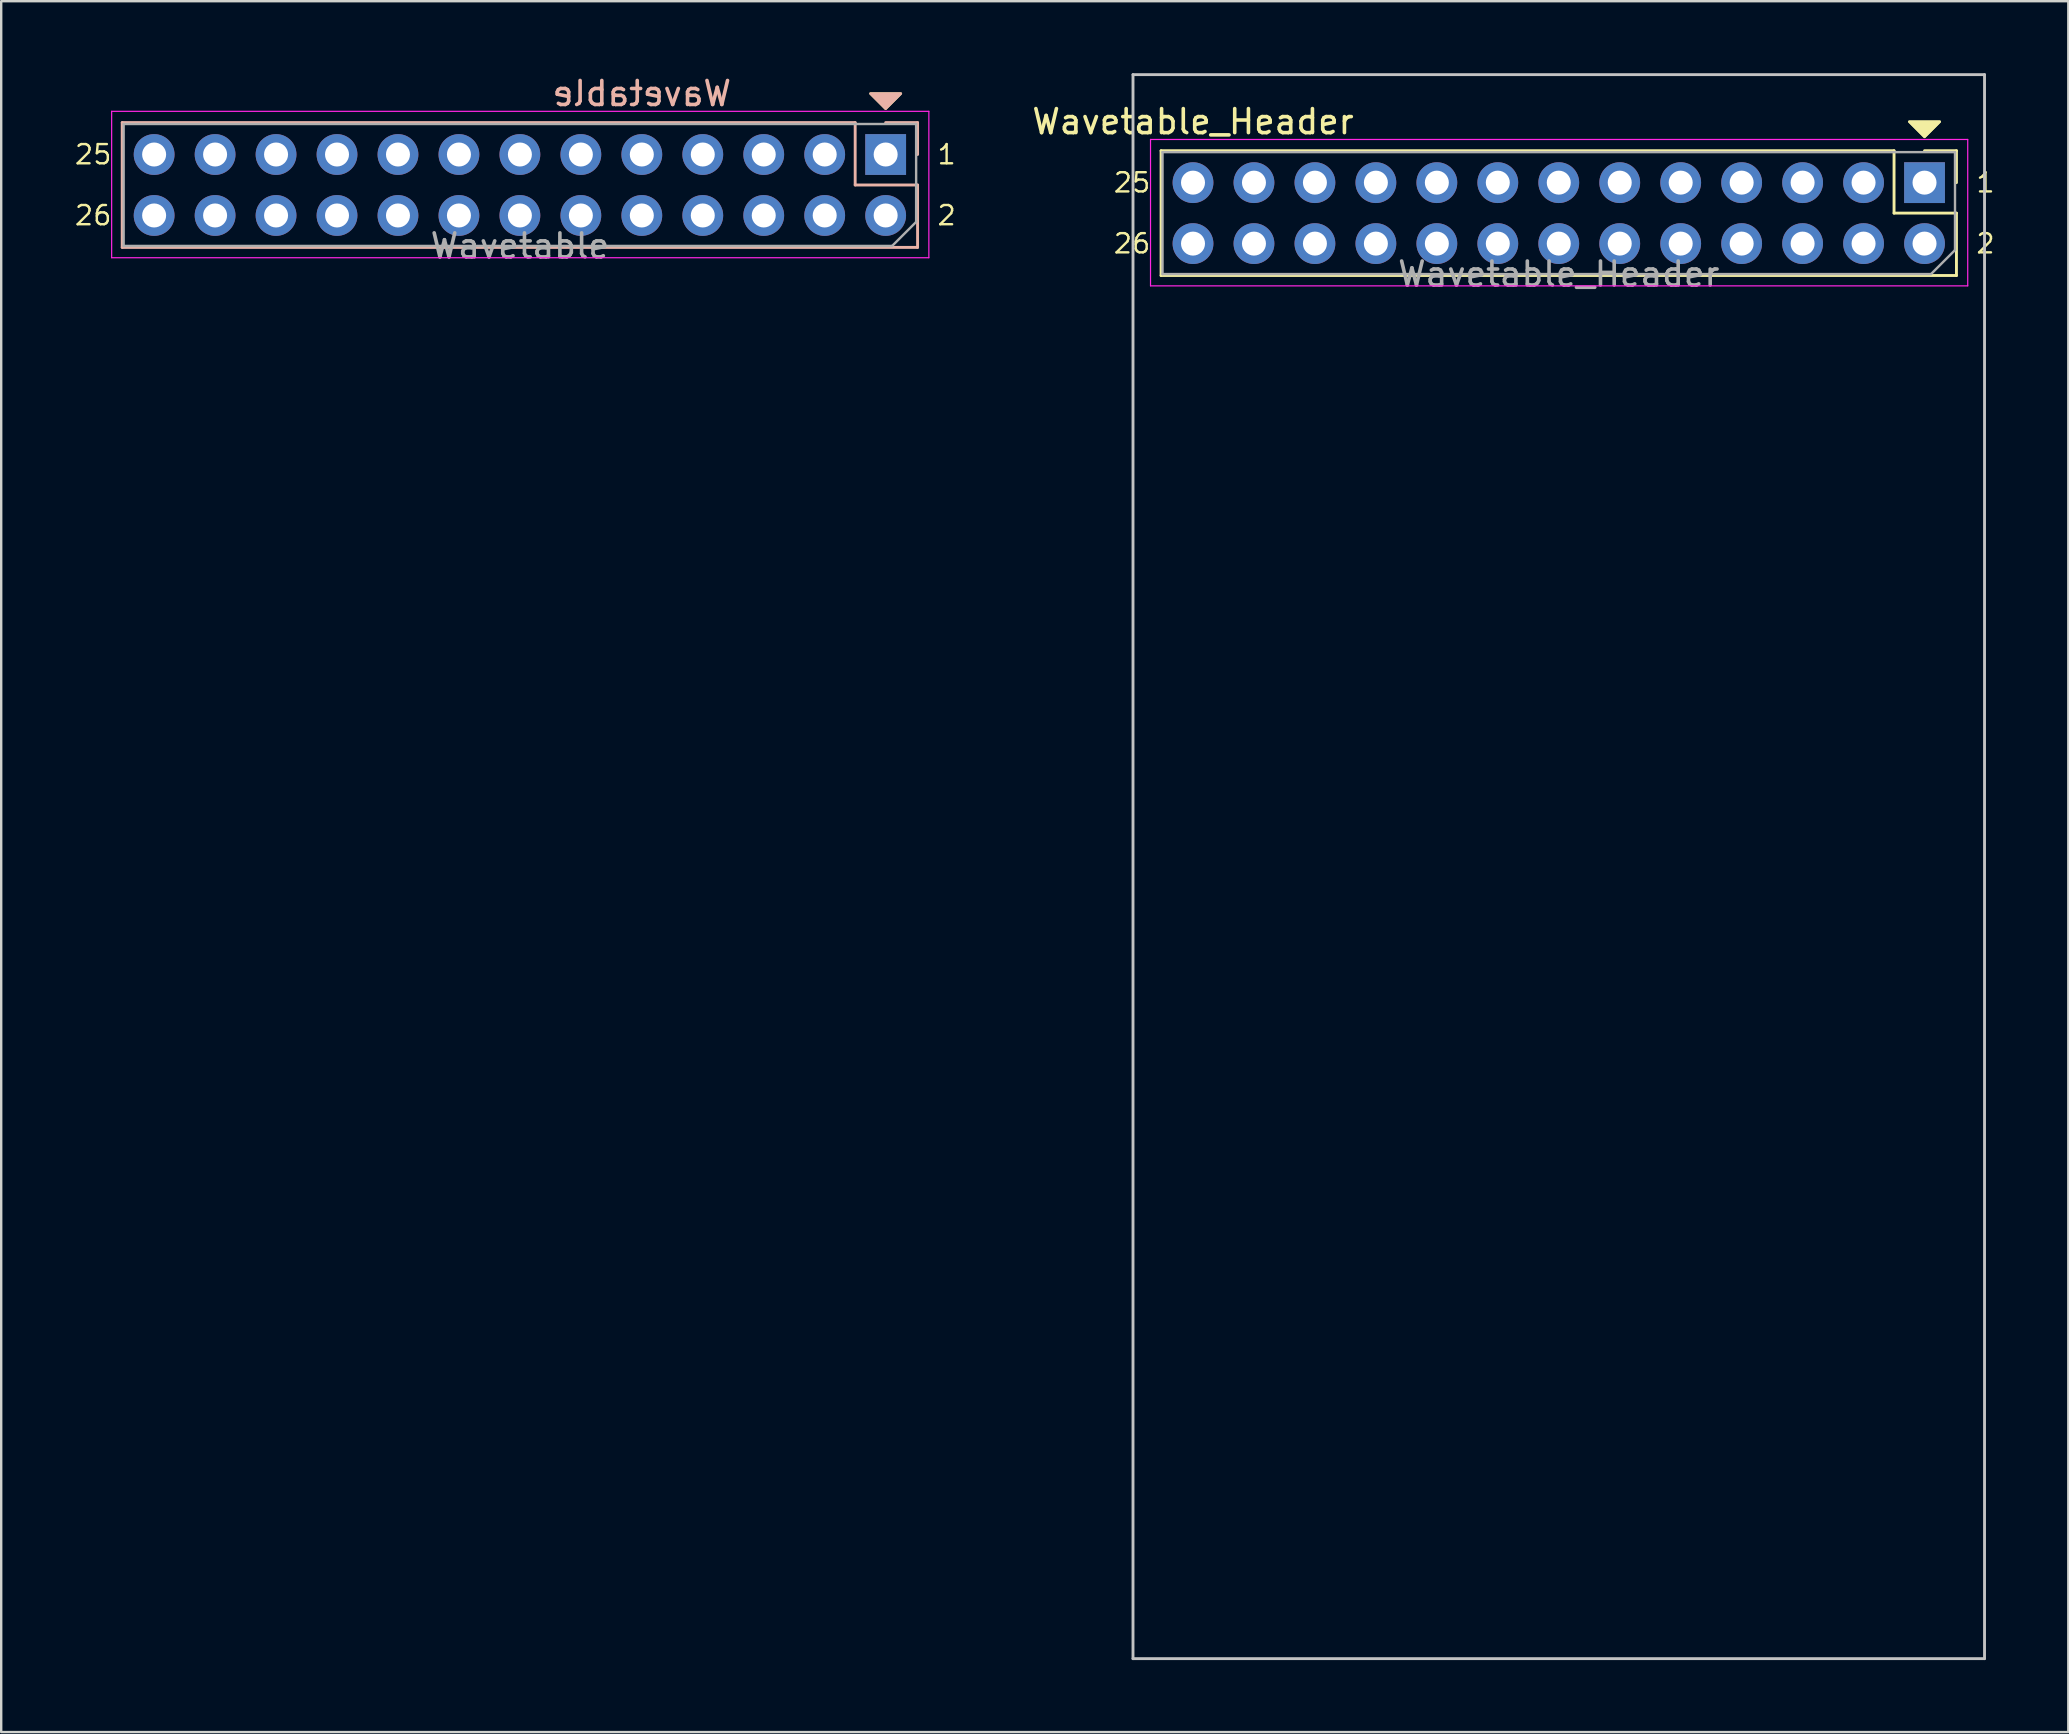
<source format=kicad_pcb>
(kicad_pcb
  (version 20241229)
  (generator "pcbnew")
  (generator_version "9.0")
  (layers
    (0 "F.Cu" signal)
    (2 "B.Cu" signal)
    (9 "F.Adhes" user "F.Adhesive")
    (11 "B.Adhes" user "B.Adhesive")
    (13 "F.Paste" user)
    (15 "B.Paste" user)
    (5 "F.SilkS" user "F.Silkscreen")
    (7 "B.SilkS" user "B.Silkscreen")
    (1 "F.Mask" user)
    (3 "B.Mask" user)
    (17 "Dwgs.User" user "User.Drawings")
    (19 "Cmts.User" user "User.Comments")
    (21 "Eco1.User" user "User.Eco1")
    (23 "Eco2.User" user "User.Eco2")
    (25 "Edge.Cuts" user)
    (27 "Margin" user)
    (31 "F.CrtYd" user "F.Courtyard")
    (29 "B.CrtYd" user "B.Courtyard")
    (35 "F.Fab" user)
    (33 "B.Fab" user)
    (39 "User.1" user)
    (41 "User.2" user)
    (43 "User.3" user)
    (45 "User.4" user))
  (footprint "Wavetable_Header"
    (layer "F.Cu")
    (at 61.898 4.56)
    (property "Reference" "Wavetable_Header" (at -15.24 -2.54 180) (layer "F.SilkS") (effects (font (size 1 1) (thickness 0.15))))
    (attr through_hole)
    (fp_line (start -16.57 -1.33) (end -16.57 3.87) (stroke (width 0.12) (type solid)) (layer "F.SilkS"))
    (fp_line (start -16.57 -1.33) (end 13.97 -1.33) (stroke (width 0.12) (type solid)) (layer "F.SilkS"))
    (fp_line (start -16.57 3.87) (end 16.57 3.87) (stroke (width 0.12) (type solid)) (layer "F.SilkS"))
    (fp_line (start 13.97 -1.33) (end 13.97 1.27) (stroke (width 0.12) (type solid)) (layer "F.SilkS"))
    (fp_line (start 13.97 1.27) (end 16.57 1.27) (stroke (width 0.12) (type solid)) (layer "F.SilkS"))
    (fp_line (start 15.24 -1.33) (end 16.57 -1.33) (stroke (width 0.12) (type solid)) (layer "F.SilkS"))
    (fp_line (start 16.57 -1.33) (end 16.57 0) (stroke (width 0.12) (type solid)) (layer "F.SilkS"))
    (fp_line (start 16.57 3.87) (end 16.57 1.27) (stroke (width 0.12) (type solid)) (layer "F.SilkS"))
    (fp_poly (pts (xy 15.24 -1.905) (xy 14.605 -2.54) (xy 15.875 -2.54)) (stroke (width 0.1) (type solid)) (fill yes) (layer "F.SilkS"))
    (fp_poly (pts (xy 15.24 -1.905) (xy 14.605 -2.54) (xy 15.875 -2.54)) (stroke (width 0.1) (type solid)) (fill yes) (layer "F.SilkS"))
    (fp_line (start -17.74 61.5) (end -17.74 -4.5) (stroke (width 0.12) (type solid)) (layer "Dwgs.User"))
    (fp_line (start 17.74 -4.5) (end -17.74 -4.5) (stroke (width 0.12) (type solid)) (layer "Dwgs.User"))
    (fp_line (start 17.74 -4.5) (end 17.74 61.5) (stroke (width 0.12) (type solid)) (layer "Dwgs.User"))
    (fp_line (start 17.74 61.5) (end -17.74 61.5) (stroke (width 0.12) (type solid)) (layer "Dwgs.User"))
    (fp_line (start -17.01 -1.8) (end 17.04 -1.8) (stroke (width 0.05) (type solid)) (layer "F.CrtYd"))
    (fp_line (start -17.01 4.3) (end -17.01 -1.8) (stroke (width 0.05) (type solid)) (layer "F.CrtYd"))
    (fp_line (start 17.04 -1.8) (end 17.04 4.3) (stroke (width 0.05) (type solid)) (layer "F.CrtYd"))
    (fp_line (start 17.04 4.3) (end -17.01 4.3) (stroke (width 0.05) (type solid)) (layer "F.CrtYd"))
    (fp_line (start -16.51 -1.27) (end 16.51 -1.27) (stroke (width 0.1) (type solid)) (layer "F.Fab"))
    (fp_line (start -16.51 3.81) (end -16.51 -1.27) (stroke (width 0.1) (type solid)) (layer "F.Fab"))
    (fp_line (start 15.51 3.81) (end -16.51 3.81) (stroke (width 0.1) (type solid)) (layer "F.Fab"))
    (fp_line (start 16.51 -1.27) (end 16.51 2.81) (stroke (width 0.1) (type solid)) (layer "F.Fab"))
    (fp_line (start 16.51 2.81) (end 15.51 3.81) (stroke (width 0.1) (type solid)) (layer "F.Fab"))
    (fp_text user "2" (at 17.78 2.54 0) (layer "F.SilkS") (effects (font (size 0.8 0.8) (thickness 0.1))))
    (fp_text user "1" (at 17.78 0 0) (layer "F.SilkS") (effects (font (size 0.8 0.8) (thickness 0.1))))
    (fp_text user "25" (at -17.78 0 0) (layer "F.SilkS") (effects (font (size 0.8 0.8) (thickness 0.1))))
    (fp_text user "26" (at -17.78 2.54 0) (layer "F.SilkS") (effects (font (size 0.8 0.8) (thickness 0.1))))
    (fp_text user "${REFERENCE}" (at 0 3.81 0) (layer "F.Fab") (effects (font (size 1 1) (thickness 0.15))))
    (pad "1" thru_hole rect (at 15.24 0 270) (size 1.7 1.7) (drill 1) (layers "*.Cu" "*.Mask"))
    (pad "2" thru_hole oval (at 15.24 2.54 270) (size 1.7 1.7) (drill 1) (layers "*.Cu" "*.Mask"))
    (pad "3" thru_hole oval (at 12.7 0 270) (size 1.7 1.7) (drill 1) (layers "*.Cu" "*.Mask"))
    (pad "4" thru_hole oval (at 12.7 2.54 270) (size 1.7 1.7) (drill 1) (layers "*.Cu" "*.Mask"))
    (pad "5" thru_hole oval (at 10.16 0 270) (size 1.7 1.7) (drill 1) (layers "*.Cu" "*.Mask"))
    (pad "6" thru_hole oval (at 10.16 2.54 270) (size 1.7 1.7) (drill 1) (layers "*.Cu" "*.Mask"))
    (pad "7" thru_hole oval (at 7.62 0 270) (size 1.7 1.7) (drill 1) (layers "*.Cu" "*.Mask"))
    (pad "8" thru_hole oval (at 7.62 2.54 270) (size 1.7 1.7) (drill 1) (layers "*.Cu" "*.Mask"))
    (pad "9" thru_hole oval (at 5.08 0 270) (size 1.7 1.7) (drill 1) (layers "*.Cu" "*.Mask"))
    (pad "10" thru_hole oval (at 5.08 2.54 270) (size 1.7 1.7) (drill 1) (layers "*.Cu" "*.Mask"))
    (pad "11" thru_hole oval (at 2.54 0 270) (size 1.7 1.7) (drill 1) (layers "*.Cu" "*.Mask"))
    (pad "12" thru_hole oval (at 2.54 2.54 270) (size 1.7 1.7) (drill 1) (layers "*.Cu" "*.Mask"))
    (pad "13" thru_hole oval (at 0 0 270) (size 1.7 1.7) (drill 1) (layers "*.Cu" "*.Mask"))
    (pad "14" thru_hole oval (at 0 2.54 270) (size 1.7 1.7) (drill 1) (layers "*.Cu" "*.Mask"))
    (pad "15" thru_hole oval (at -2.54 0 270) (size 1.7 1.7) (drill 1) (layers "*.Cu" "*.Mask"))
    (pad "16" thru_hole oval (at -2.54 2.54 270) (size 1.7 1.7) (drill 1) (layers "*.Cu" "*.Mask"))
    (pad "17" thru_hole oval (at -5.08 0 270) (size 1.7 1.7) (drill 1) (layers "*.Cu" "*.Mask"))
    (pad "18" thru_hole oval (at -5.08 2.54 270) (size 1.7 1.7) (drill 1) (layers "*.Cu" "*.Mask"))
    (pad "19" thru_hole oval (at -7.62 0 270) (size 1.7 1.7) (drill 1) (layers "*.Cu" "*.Mask"))
    (pad "20" thru_hole oval (at -7.62 2.54 270) (size 1.7 1.7) (drill 1) (layers "*.Cu" "*.Mask"))
    (pad "21" thru_hole oval (at -10.16 0 270) (size 1.7 1.7) (drill 1) (layers "*.Cu" "*.Mask"))
    (pad "22" thru_hole oval (at -10.16 2.54 270) (size 1.7 1.7) (drill 1) (layers "*.Cu" "*.Mask"))
    (pad "23" thru_hole oval (at -12.7 0 270) (size 1.7 1.7) (drill 1) (layers "*.Cu" "*.Mask"))
    (pad "24" thru_hole oval (at -12.7 2.54 270) (size 1.7 1.7) (drill 1) (layers "*.Cu" "*.Mask"))
    (pad "25" thru_hole oval (at -15.24 0 270) (size 1.7 1.7) (drill 1) (layers "*.Cu" "*.Mask"))
    (pad "26" thru_hole oval (at -15.24 2.54 270) (size 1.7 1.7) (drill 1) (layers "*.Cu" "*.Mask")))
  (footprint "Wavetable"
    (layer "F.Cu")
    (at 18.612 3.388)
    (property "Reference" "Wavetable" (at 5.08 -2.54 180) (layer "B.SilkS") (effects (font (size 1 1) (thickness 0.15)) (justify mirror)))
    (attr through_hole)
    (fp_poly (pts (xy 15.24 -1.905) (xy 14.605 -2.54) (xy 15.875 -2.54)) (stroke (width 0.1) (type solid)) (fill yes) (layer "F.SilkS"))
    (fp_line (start -16.57 -1.33) (end -16.57 3.87) (stroke (width 0.12) (type solid)) (layer "B.SilkS"))
    (fp_line (start -16.57 -1.33) (end 13.97 -1.33) (stroke (width 0.12) (type solid)) (layer "B.SilkS"))
    (fp_line (start -16.57 3.87) (end 16.57 3.87) (stroke (width 0.12) (type solid)) (layer "B.SilkS"))
    (fp_line (start 13.97 -1.33) (end 13.97 1.27) (stroke (width 0.12) (type solid)) (layer "B.SilkS"))
    (fp_line (start 13.97 1.27) (end 16.57 1.27) (stroke (width 0.12) (type solid)) (layer "B.SilkS"))
    (fp_line (start 15.24 -1.33) (end 16.57 -1.33) (stroke (width 0.12) (type solid)) (layer "B.SilkS"))
    (fp_line (start 16.57 -1.33) (end 16.57 0) (stroke (width 0.12) (type solid)) (layer "B.SilkS"))
    (fp_line (start 16.57 3.87) (end 16.57 1.27) (stroke (width 0.12) (type solid)) (layer "B.SilkS"))
    (fp_poly (pts (xy 15.24 -1.905) (xy 14.605 -2.54) (xy 15.875 -2.54)) (stroke (width 0.1) (type solid)) (fill yes) (layer "B.SilkS"))
    (fp_line (start -17.01 -1.8) (end 17.04 -1.8) (stroke (width 0.05) (type solid)) (layer "F.CrtYd"))
    (fp_line (start -17.01 4.3) (end -17.01 -1.8) (stroke (width 0.05) (type solid)) (layer "F.CrtYd"))
    (fp_line (start 17.04 -1.8) (end 17.04 4.3) (stroke (width 0.05) (type solid)) (layer "F.CrtYd"))
    (fp_line (start 17.04 4.3) (end -17.01 4.3) (stroke (width 0.05) (type solid)) (layer "F.CrtYd"))
    (fp_line (start -16.51 -1.27) (end 16.51 -1.27) (stroke (width 0.1) (type solid)) (layer "F.Fab"))
    (fp_line (start -16.51 3.81) (end -16.51 -1.27) (stroke (width 0.1) (type solid)) (layer "F.Fab"))
    (fp_line (start 15.51 3.81) (end -16.51 3.81) (stroke (width 0.1) (type solid)) (layer "F.Fab"))
    (fp_line (start 16.51 -1.27) (end 16.51 2.81) (stroke (width 0.1) (type solid)) (layer "F.Fab"))
    (fp_line (start 16.51 2.81) (end 15.51 3.81) (stroke (width 0.1) (type solid)) (layer "F.Fab"))
    (fp_text user "26" (at -17.78 2.54 0) (layer "F.SilkS") (effects (font (size 0.8 0.8) (thickness 0.1))))
    (fp_text user "1" (at 17.78 0 0) (layer "F.SilkS") (effects (font (size 0.8 0.8) (thickness 0.1))))
    (fp_text user "25" (at -17.78 0 0) (layer "F.SilkS") (effects (font (size 0.8 0.8) (thickness 0.1))))
    (fp_text user "2" (at 17.78 2.54 0) (layer "F.SilkS") (effects (font (size 0.8 0.8) (thickness 0.1))))
    (fp_text user "${REFERENCE}" (at 0 3.81 0) (layer "F.Fab") (effects (font (size 1 1) (thickness 0.15))))
    (pad "1" thru_hole rect (at 15.24 0 270) (size 1.7 1.7) (drill 1) (layers "*.Cu" "*.Mask"))
    (pad "2" thru_hole oval (at 15.24 2.54 270) (size 1.7 1.7) (drill 1) (layers "*.Cu" "*.Mask"))
    (pad "3" thru_hole oval (at 12.7 0 270) (size 1.7 1.7) (drill 1) (layers "*.Cu" "*.Mask"))
    (pad "4" thru_hole oval (at 12.7 2.54 270) (size 1.7 1.7) (drill 1) (layers "*.Cu" "*.Mask"))
    (pad "5" thru_hole oval (at 10.16 0 270) (size 1.7 1.7) (drill 1) (layers "*.Cu" "*.Mask"))
    (pad "6" thru_hole oval (at 10.16 2.54 270) (size 1.7 1.7) (drill 1) (layers "*.Cu" "*.Mask"))
    (pad "7" thru_hole oval (at 7.62 0 270) (size 1.7 1.7) (drill 1) (layers "*.Cu" "*.Mask"))
    (pad "8" thru_hole oval (at 7.62 2.54 270) (size 1.7 1.7) (drill 1) (layers "*.Cu" "*.Mask"))
    (pad "9" thru_hole oval (at 5.08 0 270) (size 1.7 1.7) (drill 1) (layers "*.Cu" "*.Mask"))
    (pad "10" thru_hole oval (at 5.08 2.54 270) (size 1.7 1.7) (drill 1) (layers "*.Cu" "*.Mask"))
    (pad "11" thru_hole oval (at 2.54 0 270) (size 1.7 1.7) (drill 1) (layers "*.Cu" "*.Mask"))
    (pad "12" thru_hole oval (at 2.54 2.54 270) (size 1.7 1.7) (drill 1) (layers "*.Cu" "*.Mask"))
    (pad "13" thru_hole oval (at 0 0 270) (size 1.7 1.7) (drill 1) (layers "*.Cu" "*.Mask"))
    (pad "14" thru_hole oval (at 0 2.54 270) (size 1.7 1.7) (drill 1) (layers "*.Cu" "*.Mask"))
    (pad "15" thru_hole oval (at -2.54 0 270) (size 1.7 1.7) (drill 1) (layers "*.Cu" "*.Mask"))
    (pad "16" thru_hole oval (at -2.54 2.54 270) (size 1.7 1.7) (drill 1) (layers "*.Cu" "*.Mask"))
    (pad "17" thru_hole oval (at -5.08 0 270) (size 1.7 1.7) (drill 1) (layers "*.Cu" "*.Mask"))
    (pad "18" thru_hole oval (at -5.08 2.54 270) (size 1.7 1.7) (drill 1) (layers "*.Cu" "*.Mask"))
    (pad "19" thru_hole oval (at -7.62 0 270) (size 1.7 1.7) (drill 1) (layers "*.Cu" "*.Mask"))
    (pad "20" thru_hole oval (at -7.62 2.54 270) (size 1.7 1.7) (drill 1) (layers "*.Cu" "*.Mask"))
    (pad "21" thru_hole oval (at -10.16 0 270) (size 1.7 1.7) (drill 1) (layers "*.Cu" "*.Mask"))
    (pad "22" thru_hole oval (at -10.16 2.54 270) (size 1.7 1.7) (drill 1) (layers "*.Cu" "*.Mask"))
    (pad "23" thru_hole oval (at -12.7 0 270) (size 1.7 1.7) (drill 1) (layers "*.Cu" "*.Mask"))
    (pad "24" thru_hole oval (at -12.7 2.54 270) (size 1.7 1.7) (drill 1) (layers "*.Cu" "*.Mask"))
    (pad "25" thru_hole oval (at -15.24 0 270) (size 1.7 1.7) (drill 1) (layers "*.Cu" "*.Mask"))
    (pad "26" thru_hole oval (at -15.24 2.54 270) (size 1.7 1.7) (drill 1) (layers "*.Cu" "*.Mask")))
  (gr_rect
    (start -3 -3)
    (end 83.129 69.12)
    (stroke (width 0.1) (type default))
    (fill no)
    (layer "Edge.Cuts")))
</source>
